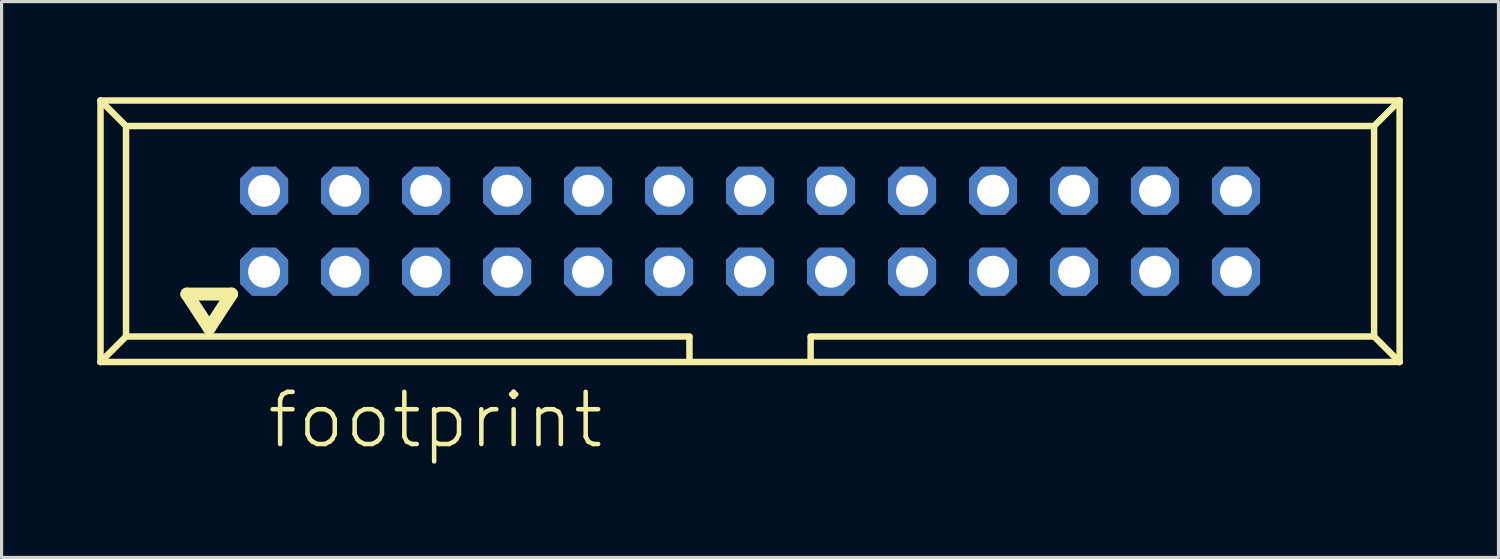
<source format=kicad_pcb>
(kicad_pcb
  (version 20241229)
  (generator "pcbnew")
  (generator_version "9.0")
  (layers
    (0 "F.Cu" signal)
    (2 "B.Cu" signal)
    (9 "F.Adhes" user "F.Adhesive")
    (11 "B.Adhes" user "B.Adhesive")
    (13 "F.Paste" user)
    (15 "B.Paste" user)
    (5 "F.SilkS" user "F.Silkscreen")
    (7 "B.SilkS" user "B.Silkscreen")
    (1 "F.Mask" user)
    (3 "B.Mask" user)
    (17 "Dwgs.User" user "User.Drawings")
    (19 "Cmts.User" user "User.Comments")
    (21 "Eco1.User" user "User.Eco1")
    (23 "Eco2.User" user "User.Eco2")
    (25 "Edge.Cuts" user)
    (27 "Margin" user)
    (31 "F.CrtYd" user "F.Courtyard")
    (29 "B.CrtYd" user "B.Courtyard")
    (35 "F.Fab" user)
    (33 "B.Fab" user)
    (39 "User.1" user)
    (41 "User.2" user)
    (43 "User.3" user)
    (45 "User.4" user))
  (footprint "footprint"
    (layer "F.Cu")
    (at 20.472 4.202)
    (property "Reference" "footprint" (at -15.22 6.88 0) (layer "F.SilkS") (effects (font (size 1.636 1.636) (thickness 0.142)) (justify left bottom)))
    (fp_line (start -20.37 -4.1) (end -19.57 -3.3) (stroke (width 0.203) (type solid)) (layer "F.SilkS"))
    (fp_line (start -20.37 4.1) (end -20.37 -4.1) (stroke (width 0.203) (type solid)) (layer "F.SilkS"))
    (fp_line (start -20.37 4.1) (end -19.57 3.3) (stroke (width 0.203) (type solid)) (layer "F.SilkS"))
    (fp_line (start -20.37 4.1) (end 20.37 4.1) (stroke (width 0.203) (type solid)) (layer "F.SilkS"))
    (fp_line (start -19.57 -3.3) (end 19.57 -3.3) (stroke (width 0.203) (type solid)) (layer "F.SilkS"))
    (fp_line (start -19.57 3.3) (end -19.57 -3.3) (stroke (width 0.203) (type solid)) (layer "F.SilkS"))
    (fp_line (start -17.66 1.97) (end -16.96 3.04) (stroke (width 0.406) (type solid)) (layer "F.SilkS"))
    (fp_line (start -16.96 3.04) (end -16.26 1.97) (stroke (width 0.406) (type solid)) (layer "F.SilkS"))
    (fp_line (start -16.26 1.97) (end -17.66 1.97) (stroke (width 0.406) (type solid)) (layer "F.SilkS"))
    (fp_line (start -1.9 3.3) (end -19.57 3.3) (stroke (width 0.203) (type solid)) (layer "F.SilkS"))
    (fp_line (start -1.9 3.32) (end -1.9 4.03) (stroke (width 0.203) (type solid)) (layer "F.SilkS"))
    (fp_line (start 1.9 3.32) (end 1.9 4.03) (stroke (width 0.203) (type solid)) (layer "F.SilkS"))
    (fp_line (start 19.57 -3.3) (end 19.57 3.3) (stroke (width 0.203) (type solid)) (layer "F.SilkS"))
    (fp_line (start 19.57 3.3) (end 1.9 3.3) (stroke (width 0.203) (type solid)) (layer "F.SilkS"))
    (fp_line (start 19.57 3.3) (end 20.37 4.1) (stroke (width 0.203) (type solid)) (layer "F.SilkS"))
    (fp_line (start 20.37 -4.1) (end -20.37 -4.1) (stroke (width 0.203) (type solid)) (layer "F.SilkS"))
    (fp_line (start 20.37 -4.1) (end 19.57 -3.3) (stroke (width 0.203) (type solid)) (layer "F.SilkS"))
    (fp_line (start 20.37 4.1) (end 20.37 -4.1) (stroke (width 0.203) (type solid)) (layer "F.SilkS"))
    (pad "1" thru_hole roundrect (at -15.24 1.27) (size 1.508 1.508) (drill 1) (layers "*.Cu" "*.Mask") (roundrect_rratio 0.25) (chamfer_ratio 0.25) (chamfer top_left top_right bottom_left bottom_right))
    (pad "2" thru_hole roundrect (at -15.24 -1.27) (size 1.508 1.508) (drill 1) (layers "*.Cu" "*.Mask") (roundrect_rratio 0.25) (chamfer_ratio 0.25) (chamfer top_left top_right bottom_left bottom_right))
    (pad "3" thru_hole roundrect (at -12.7 1.27) (size 1.508 1.508) (drill 1) (layers "*.Cu" "*.Mask") (roundrect_rratio 0.25) (chamfer_ratio 0.25) (chamfer top_left top_right bottom_left bottom_right))
    (pad "4" thru_hole roundrect (at -12.7 -1.27) (size 1.508 1.508) (drill 1) (layers "*.Cu" "*.Mask") (roundrect_rratio 0.25) (chamfer_ratio 0.25) (chamfer top_left top_right bottom_left bottom_right))
    (pad "5" thru_hole roundrect (at -10.16 1.27) (size 1.508 1.508) (drill 1) (layers "*.Cu" "*.Mask") (roundrect_rratio 0.25) (chamfer_ratio 0.25) (chamfer top_left top_right bottom_left bottom_right))
    (pad "6" thru_hole roundrect (at -10.16 -1.27) (size 1.508 1.508) (drill 1) (layers "*.Cu" "*.Mask") (roundrect_rratio 0.25) (chamfer_ratio 0.25) (chamfer top_left top_right bottom_left bottom_right))
    (pad "7" thru_hole roundrect (at -7.62 1.27) (size 1.508 1.508) (drill 1) (layers "*.Cu" "*.Mask") (roundrect_rratio 0.25) (chamfer_ratio 0.25) (chamfer top_left top_right bottom_left bottom_right))
    (pad "8" thru_hole roundrect (at -7.62 -1.27) (size 1.508 1.508) (drill 1) (layers "*.Cu" "*.Mask") (roundrect_rratio 0.25) (chamfer_ratio 0.25) (chamfer top_left top_right bottom_left bottom_right))
    (pad "9" thru_hole roundrect (at -5.08 1.27) (size 1.508 1.508) (drill 1) (layers "*.Cu" "*.Mask") (roundrect_rratio 0.25) (chamfer_ratio 0.25) (chamfer top_left top_right bottom_left bottom_right))
    (pad "10" thru_hole roundrect (at -5.08 -1.27) (size 1.508 1.508) (drill 1) (layers "*.Cu" "*.Mask") (roundrect_rratio 0.25) (chamfer_ratio 0.25) (chamfer top_left top_right bottom_left bottom_right))
    (pad "11" thru_hole roundrect (at -2.54 1.27) (size 1.508 1.508) (drill 1) (layers "*.Cu" "*.Mask") (roundrect_rratio 0.25) (chamfer_ratio 0.25) (chamfer top_left top_right bottom_left bottom_right))
    (pad "12" thru_hole roundrect (at -2.54 -1.27) (size 1.508 1.508) (drill 1) (layers "*.Cu" "*.Mask") (roundrect_rratio 0.25) (chamfer_ratio 0.25) (chamfer top_left top_right bottom_left bottom_right))
    (pad "13" thru_hole roundrect (at 0 1.27) (size 1.508 1.508) (drill 1) (layers "*.Cu" "*.Mask") (roundrect_rratio 0.25) (chamfer_ratio 0.25) (chamfer top_left top_right bottom_left bottom_right))
    (pad "14" thru_hole roundrect (at 0 -1.27) (size 1.508 1.508) (drill 1) (layers "*.Cu" "*.Mask") (roundrect_rratio 0.25) (chamfer_ratio 0.25) (chamfer top_left top_right bottom_left bottom_right))
    (pad "15" thru_hole roundrect (at 2.54 1.27) (size 1.508 1.508) (drill 1) (layers "*.Cu" "*.Mask") (roundrect_rratio 0.25) (chamfer_ratio 0.25) (chamfer top_left top_right bottom_left bottom_right))
    (pad "16" thru_hole roundrect (at 2.54 -1.27) (size 1.508 1.508) (drill 1) (layers "*.Cu" "*.Mask") (roundrect_rratio 0.25) (chamfer_ratio 0.25) (chamfer top_left top_right bottom_left bottom_right))
    (pad "17" thru_hole roundrect (at 5.08 1.27) (size 1.508 1.508) (drill 1) (layers "*.Cu" "*.Mask") (roundrect_rratio 0.25) (chamfer_ratio 0.25) (chamfer top_left top_right bottom_left bottom_right))
    (pad "18" thru_hole roundrect (at 5.08 -1.27) (size 1.508 1.508) (drill 1) (layers "*.Cu" "*.Mask") (roundrect_rratio 0.25) (chamfer_ratio 0.25) (chamfer top_left top_right bottom_left bottom_right))
    (pad "19" thru_hole roundrect (at 7.62 1.27) (size 1.508 1.508) (drill 1) (layers "*.Cu" "*.Mask") (roundrect_rratio 0.25) (chamfer_ratio 0.25) (chamfer top_left top_right bottom_left bottom_right))
    (pad "20" thru_hole roundrect (at 7.62 -1.27) (size 1.508 1.508) (drill 1) (layers "*.Cu" "*.Mask") (roundrect_rratio 0.25) (chamfer_ratio 0.25) (chamfer top_left top_right bottom_left bottom_right))
    (pad "21" thru_hole roundrect (at 10.16 1.27) (size 1.508 1.508) (drill 1) (layers "*.Cu" "*.Mask") (roundrect_rratio 0.25) (chamfer_ratio 0.25) (chamfer top_left top_right bottom_left bottom_right))
    (pad "22" thru_hole roundrect (at 10.16 -1.27) (size 1.508 1.508) (drill 1) (layers "*.Cu" "*.Mask") (roundrect_rratio 0.25) (chamfer_ratio 0.25) (chamfer top_left top_right bottom_left bottom_right))
    (pad "23" thru_hole roundrect (at 12.7 1.27) (size 1.508 1.508) (drill 1) (layers "*.Cu" "*.Mask") (roundrect_rratio 0.25) (chamfer_ratio 0.25) (chamfer top_left top_right bottom_left bottom_right))
    (pad "24" thru_hole roundrect (at 12.7 -1.27) (size 1.508 1.508) (drill 1) (layers "*.Cu" "*.Mask") (roundrect_rratio 0.25) (chamfer_ratio 0.25) (chamfer top_left top_right bottom_left bottom_right))
    (pad "25" thru_hole roundrect (at 15.24 1.27) (size 1.508 1.508) (drill 1) (layers "*.Cu" "*.Mask") (roundrect_rratio 0.25) (chamfer_ratio 0.25) (chamfer top_left top_right bottom_left bottom_right))
    (pad "26" thru_hole roundrect (at 15.24 -1.27) (size 1.508 1.508) (drill 1) (layers "*.Cu" "*.Mask") (roundrect_rratio 0.25) (chamfer_ratio 0.25) (chamfer top_left top_right bottom_left bottom_right)))
  (gr_rect
    (start -3 -3)
    (end 43.943 14.432)
    (stroke (width 0.1) (type default))
    (fill no)
    (layer "Edge.Cuts")))
</source>
